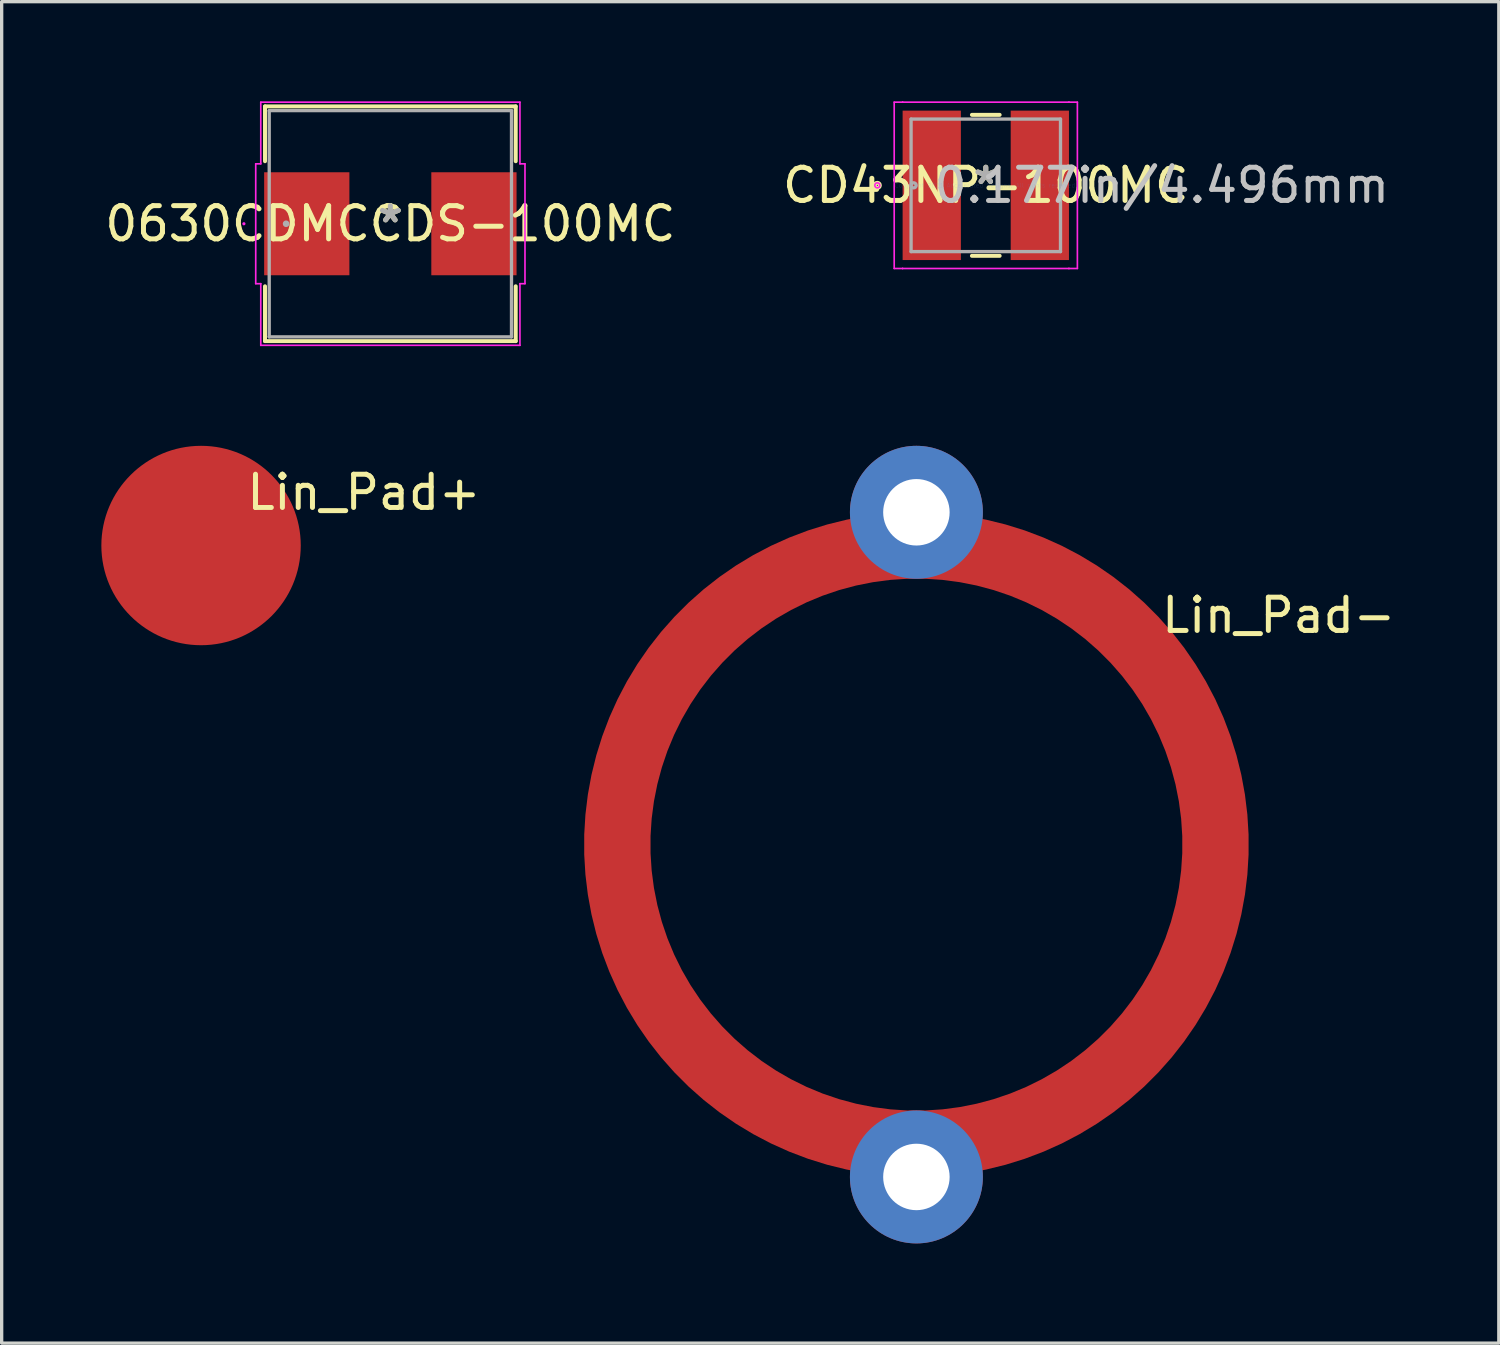
<source format=kicad_pcb>
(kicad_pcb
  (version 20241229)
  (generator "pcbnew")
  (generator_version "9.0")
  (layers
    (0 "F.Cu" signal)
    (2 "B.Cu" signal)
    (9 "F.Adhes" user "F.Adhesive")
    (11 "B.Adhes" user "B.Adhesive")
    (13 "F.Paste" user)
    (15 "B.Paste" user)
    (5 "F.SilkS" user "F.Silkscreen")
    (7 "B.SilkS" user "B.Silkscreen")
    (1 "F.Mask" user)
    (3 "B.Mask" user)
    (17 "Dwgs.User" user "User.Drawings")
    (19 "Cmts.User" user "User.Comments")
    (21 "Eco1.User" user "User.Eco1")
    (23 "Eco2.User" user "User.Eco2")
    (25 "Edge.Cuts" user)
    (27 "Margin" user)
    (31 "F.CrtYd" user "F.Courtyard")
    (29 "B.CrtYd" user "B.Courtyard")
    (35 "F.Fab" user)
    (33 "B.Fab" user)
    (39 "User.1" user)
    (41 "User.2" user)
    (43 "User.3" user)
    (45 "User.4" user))
  (footprint "Lin_Pad-"
    (layer "F.Cu")
    (at 24.525 22.365)
    (property "Reference" "Lin_Pad-" (at 10.9 -6.9 0) (layer "F.SilkS") (effects (font (size 1 1) (thickness 0.15))))
    (attr through_hole)
    (pad "1" smd circle (at -9.2 -0.1) (size 1.524 1.524) (layers "F.Cu" "F.Mask" "F.Paste"))
    (pad "1" smd custom (at -9 0) (size 0.1 0.1) (layers "F.Cu" "F.Mask" "F.Paste") (options (anchor circle)) (primitives (gr_circle (center 9 0) (end 18 0) (width 2) (fill no))))
    (pad "1" smd circle (at -7 5.7) (size 1.524 1.524) (layers "F.Cu" "F.Mask" "F.Paste"))
    (pad "1" smd circle (at -6 -6.7) (size 1.524 1.524) (layers "F.Cu" "F.Mask" "F.Paste"))
    (pad "1" smd circle (at 0 9) (size 1.524 1.524) (layers "F.Cu" "F.Mask" "F.Paste"))
    (pad "1" smd circle (at 5.2 -7.2) (size 1.524 1.524) (layers "F.Cu" "F.Mask" "F.Paste"))
    (pad "1" smd circle (at 6.5 6.1) (size 1.524 1.524) (layers "F.Cu" "F.Mask" "F.Paste"))
    (pad "1" smd circle (at 9.1 0) (size 1.524 1.524) (layers "F.Cu" "F.Mask" "F.Paste"))
    (pad "m1" thru_hole circle (at 0 10) (size 4 4) (drill 2) (layers "*.Cu" "*.Mask"))
    (pad "m2" thru_hole circle (at 0 -10) (size 4 4) (drill 2) (layers "*.Cu" "*.Mask")))
  (footprint "CD43NP-100MC"
    (layer "F.Cu")
    (at 26.613 2.527)
    (property "Reference" "CD43NP-100MC" (at 0 0 0) (layer "F.SilkS") (effects (font (size 1 1) (thickness 0.15))))
    (attr through_hole)
    (fp_line (start -0.417 2.121) (end 0.417 2.121) (stroke (width 0.12) (type solid)) (layer "F.SilkS"))
    (fp_line (start 0.417 -2.121) (end -0.417 -2.121) (stroke (width 0.12) (type solid)) (layer "F.SilkS"))
    (fp_circle (center -3.264 0) (end -3.188 0) (stroke (width 0.12) (type solid)) (fill no) (layer "F.SilkS"))
    (fp_line (start -2.756 -2.502) (end -2.502 -2.502) (stroke (width 0.05) (type solid)) (layer "F.CrtYd"))
    (fp_line (start -2.756 2.502) (end -2.756 -2.502) (stroke (width 0.05) (type solid)) (layer "F.CrtYd"))
    (fp_line (start -2.502 -2.502) (end -2.502 -2.502) (stroke (width 0.05) (type solid)) (layer "F.CrtYd"))
    (fp_line (start -2.502 -2.502) (end 2.502 -2.502) (stroke (width 0.05) (type solid)) (layer "F.CrtYd"))
    (fp_line (start -2.502 2.502) (end -2.756 2.502) (stroke (width 0.05) (type solid)) (layer "F.CrtYd"))
    (fp_line (start -2.502 2.502) (end -2.502 2.502) (stroke (width 0.05) (type solid)) (layer "F.CrtYd"))
    (fp_line (start 2.502 -2.502) (end 2.502 -2.502) (stroke (width 0.05) (type solid)) (layer "F.CrtYd"))
    (fp_line (start 2.502 -2.502) (end 2.756 -2.502) (stroke (width 0.05) (type solid)) (layer "F.CrtYd"))
    (fp_line (start 2.502 2.502) (end -2.502 2.502) (stroke (width 0.05) (type solid)) (layer "F.CrtYd"))
    (fp_line (start 2.502 2.502) (end 2.502 2.502) (stroke (width 0.05) (type solid)) (layer "F.CrtYd"))
    (fp_line (start 2.756 -2.502) (end 2.756 2.502) (stroke (width 0.05) (type solid)) (layer "F.CrtYd"))
    (fp_line (start 2.756 2.502) (end 2.502 2.502) (stroke (width 0.05) (type solid)) (layer "F.CrtYd"))
    (fp_circle (center -3.264 0) (end -3.188 0) (stroke (width 0.05) (type solid)) (fill no) (layer "F.CrtYd"))
    (fp_line (start -2.248 -1.994) (end -2.248 1.994) (stroke (width 0.1) (type solid)) (layer "F.Fab"))
    (fp_line (start -2.248 1.994) (end 2.248 1.994) (stroke (width 0.1) (type solid)) (layer "F.Fab"))
    (fp_line (start 2.248 -1.994) (end -2.248 -1.994) (stroke (width 0.1) (type solid)) (layer "F.Fab"))
    (fp_line (start 2.248 1.994) (end 2.248 -1.994) (stroke (width 0.1) (type solid)) (layer "F.Fab"))
    (fp_circle (center -2.172 0) (end -2.095 0) (stroke (width 0.1) (type solid)) (fill no) (layer "F.Fab"))
    (fp_text user "*" (at 0 0 0) (layer "F.SilkS") (effects (font (size 1 1) (thickness 0.15))))
    (fp_text user "0.177in/4.496mm" (at 5.296 0 0) (layer "Dwgs.User") (effects (font (size 1 1) (thickness 0.15))))
    (fp_text user "Copyright 2021 Accelerated Designs. All rights reserved." (at 0 0 0) (layer "Cmts.User") (effects (font (size 0.127 0.127) (thickness 0.002))))
    (fp_text user "*" (at 0 0 0) (layer "F.Fab") (effects (font (size 1 1) (thickness 0.15))))
    (pad "1" smd rect (at -1.626 0) (size 1.753 4.496) (layers "F.Cu" "F.Mask" "F.Paste"))
    (pad "2" smd rect (at 1.626 0) (size 1.753 4.496) (layers "F.Cu" "F.Mask" "F.Paste")))
  (footprint "Lin_Pad+"
    (layer "F.Cu")
    (at 3 13.365)
    (property "Reference" "Lin_Pad+" (at 4.9 -1.6 0) (layer "F.SilkS") (effects (font (size 1 1) (thickness 0.15))))
    (attr through_hole)
    (pad "1" smd circle (at 0 0) (size 6 6) (layers "F.Cu" "F.Mask" "F.Paste")))
  (footprint "0630CDMCCDS-100MC"
    (layer "F.Cu")
    (at 8.696 3.683)
    (property "Reference" "0630CDMCCDS-100MC" (at 0 0 0) (layer "F.SilkS") (effects (font (size 1 1) (thickness 0.15))))
    (attr through_hole)
    (fp_line (start -3.772 -3.531) (end -3.772 -1.882) (stroke (width 0.12) (type solid)) (layer "F.SilkS"))
    (fp_line (start -3.772 1.882) (end -3.772 3.531) (stroke (width 0.12) (type solid)) (layer "F.SilkS"))
    (fp_line (start -3.772 3.531) (end 3.772 3.531) (stroke (width 0.12) (type solid)) (layer "F.SilkS"))
    (fp_line (start 3.772 -3.531) (end -3.772 -3.531) (stroke (width 0.12) (type solid)) (layer "F.SilkS"))
    (fp_line (start 3.772 -1.882) (end 3.772 -3.531) (stroke (width 0.12) (type solid)) (layer "F.SilkS"))
    (fp_line (start 3.772 3.531) (end 3.772 1.882) (stroke (width 0.12) (type solid)) (layer "F.SilkS"))
    (fp_line (start -4.051 -1.803) (end -3.899 -1.803) (stroke (width 0.05) (type solid)) (layer "F.CrtYd"))
    (fp_line (start -4.051 1.803) (end -4.051 -1.803) (stroke (width 0.05) (type solid)) (layer "F.CrtYd"))
    (fp_line (start -3.899 -3.658) (end 3.899 -3.658) (stroke (width 0.05) (type solid)) (layer "F.CrtYd"))
    (fp_line (start -3.899 -1.803) (end -3.899 -3.658) (stroke (width 0.05) (type solid)) (layer "F.CrtYd"))
    (fp_line (start -3.899 1.803) (end -4.051 1.803) (stroke (width 0.05) (type solid)) (layer "F.CrtYd"))
    (fp_line (start -3.899 3.658) (end -3.899 1.803) (stroke (width 0.05) (type solid)) (layer "F.CrtYd"))
    (fp_line (start 3.899 -3.658) (end 3.899 -1.803) (stroke (width 0.05) (type solid)) (layer "F.CrtYd"))
    (fp_line (start 3.899 -1.803) (end 4.051 -1.803) (stroke (width 0.05) (type solid)) (layer "F.CrtYd"))
    (fp_line (start 3.899 1.803) (end 3.899 3.658) (stroke (width 0.05) (type solid)) (layer "F.CrtYd"))
    (fp_line (start 3.899 3.658) (end -3.899 3.658) (stroke (width 0.05) (type solid)) (layer "F.CrtYd"))
    (fp_line (start 4.051 -1.803) (end 4.051 1.803) (stroke (width 0.05) (type solid)) (layer "F.CrtYd"))
    (fp_line (start 4.051 1.803) (end 3.899 1.803) (stroke (width 0.05) (type solid)) (layer "F.CrtYd"))
    (fp_circle (center -4.407 0) (end -4.407 0) (stroke (width 0.05) (type solid)) (fill no) (layer "F.CrtYd"))
    (fp_line (start -3.645 -3.404) (end -3.645 3.404) (stroke (width 0.1) (type solid)) (layer "F.Fab"))
    (fp_line (start -3.645 3.404) (end 3.645 3.404) (stroke (width 0.1) (type solid)) (layer "F.Fab"))
    (fp_line (start 3.645 -3.404) (end -3.645 -3.404) (stroke (width 0.1) (type solid)) (layer "F.Fab"))
    (fp_line (start 3.645 3.404) (end 3.645 -3.404) (stroke (width 0.1) (type solid)) (layer "F.Fab"))
    (fp_circle (center -3.137 0) (end -3.137 0) (stroke (width 0.1) (type solid)) (fill no) (layer "F.Fab"))
    (fp_text user "*" (at 0 0 0) (layer "F.SilkS") (effects (font (size 1 1) (thickness 0.15))))
    (fp_text user "*" (at 0 0 0) (layer "F.Fab") (effects (font (size 1 1) (thickness 0.15))))
    (pad "1" smd rect (at -2.515 0 90) (size 3.099 2.565) (layers "F.Cu" "F.Mask" "F.Paste"))
    (pad "2" smd rect (at 2.515 0 90) (size 3.099 2.565) (layers "F.Cu" "F.Mask" "F.Paste")))
  (gr_rect
    (start -3 -3)
    (end 42.05 37.365)
    (stroke (width 0.1) (type default))
    (fill no)
    (layer "Edge.Cuts")))
</source>
